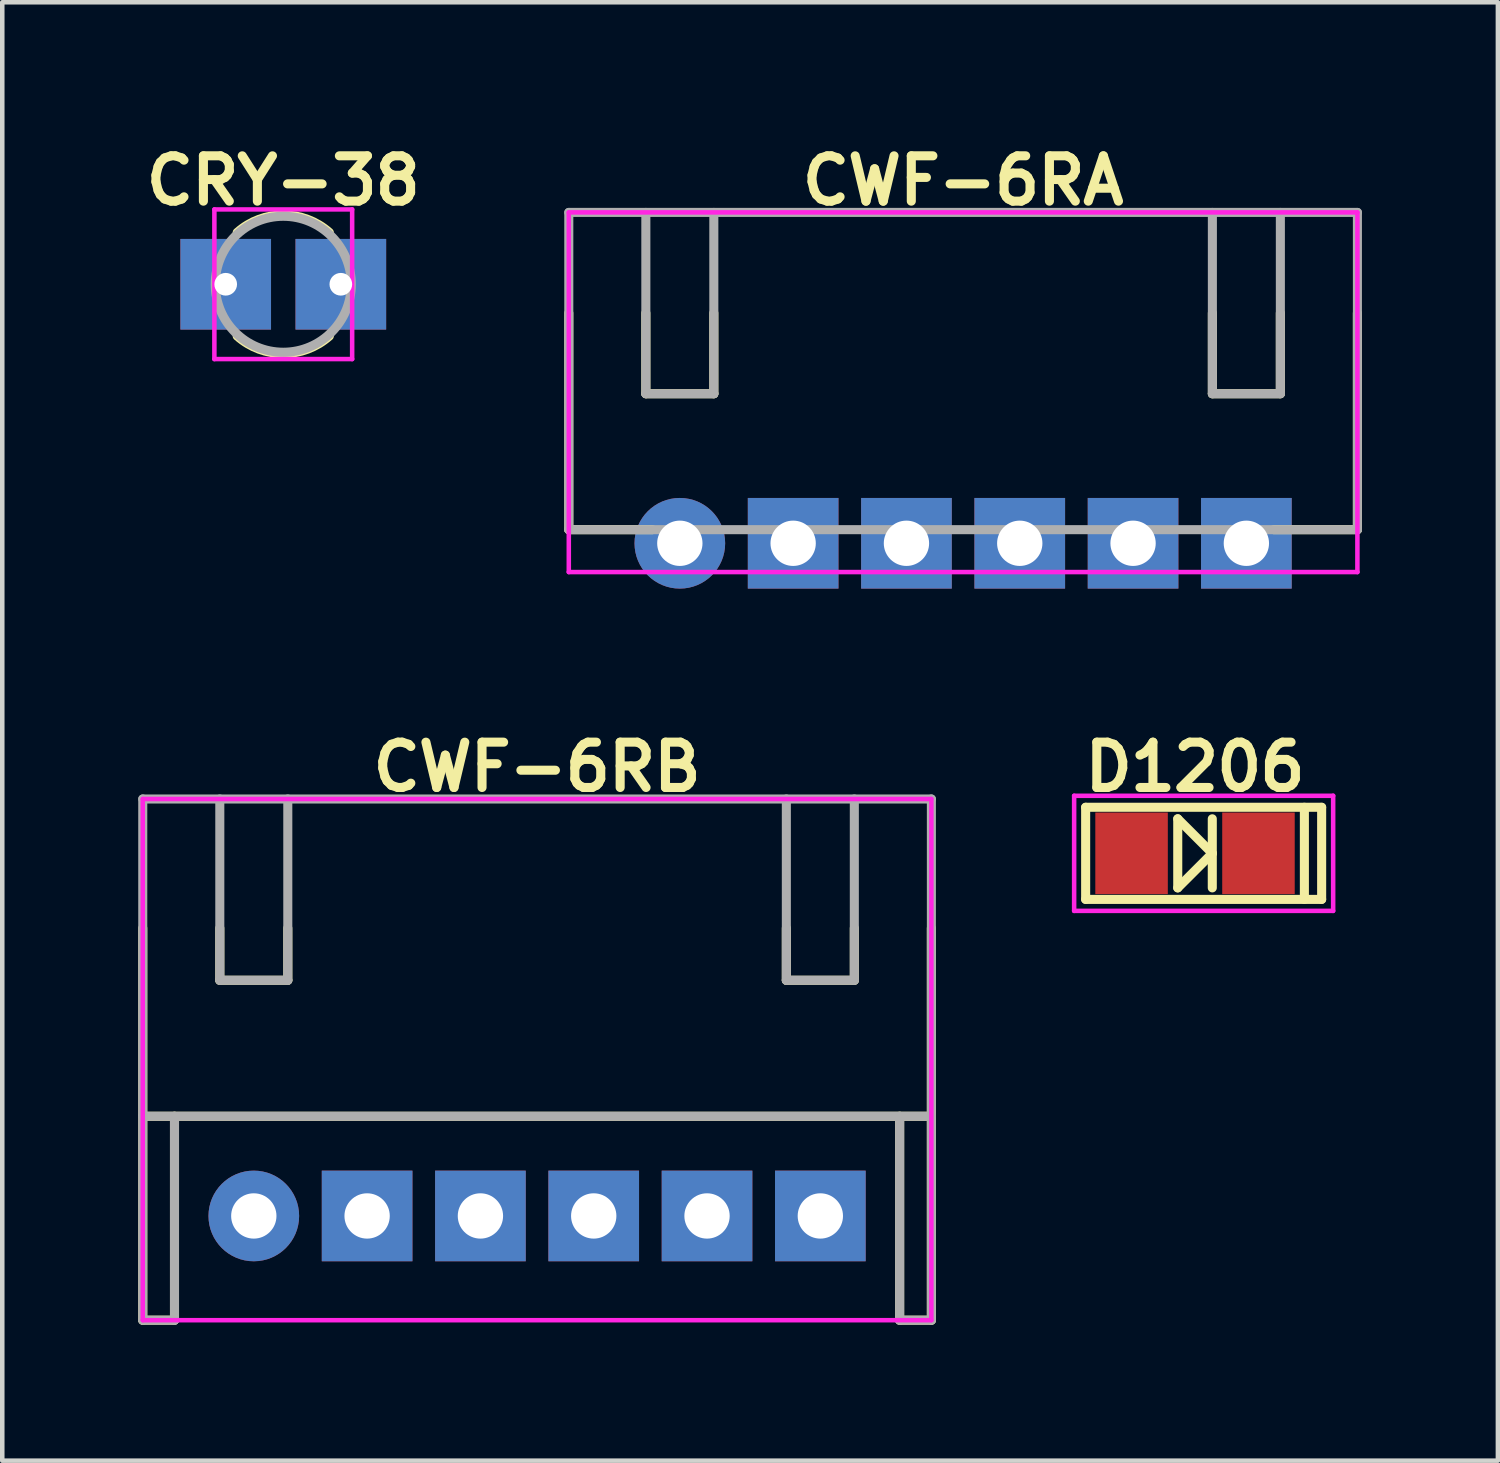
<source format=kicad_pcb>
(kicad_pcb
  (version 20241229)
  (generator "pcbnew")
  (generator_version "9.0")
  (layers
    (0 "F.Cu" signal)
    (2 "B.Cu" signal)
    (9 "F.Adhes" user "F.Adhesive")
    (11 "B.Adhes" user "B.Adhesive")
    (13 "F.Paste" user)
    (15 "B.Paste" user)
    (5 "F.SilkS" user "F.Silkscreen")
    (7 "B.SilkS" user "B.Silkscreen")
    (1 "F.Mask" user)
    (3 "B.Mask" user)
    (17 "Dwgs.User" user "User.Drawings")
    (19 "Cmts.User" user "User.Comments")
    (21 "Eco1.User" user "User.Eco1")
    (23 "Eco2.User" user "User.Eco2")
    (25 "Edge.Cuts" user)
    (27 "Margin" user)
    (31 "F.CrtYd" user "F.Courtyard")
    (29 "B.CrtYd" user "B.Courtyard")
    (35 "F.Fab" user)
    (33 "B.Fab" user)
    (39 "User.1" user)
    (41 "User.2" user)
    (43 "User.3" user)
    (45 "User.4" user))
  (footprint "CRY-38"
    (layer "F.Cu")
    (at 3.2 3.222)
    (property "Reference" "CRY-38" (at 0 -2.286 0) (layer "F.SilkS") (effects (font (size 1 1) (thickness 0.2))))
    (attr through_hole)
    (fp_arc (start -1.016 -1.143) (mid 0 -1.529283) (end 1.016 -1.143) (stroke (width 0.2) (type solid)) (layer "F.SilkS"))
    (fp_arc (start 1.016 1.143) (mid 0 1.529283) (end -1.016 1.143) (stroke (width 0.2) (type solid)) (layer "F.SilkS"))
    (fp_line (start -1.52 -1.651) (end -1.52 1.651) (stroke (width 0.1) (type solid)) (layer "F.CrtYd"))
    (fp_line (start -1.52 -1.651) (end 1.52 -1.651) (stroke (width 0.1) (type solid)) (layer "F.CrtYd"))
    (fp_line (start -1.52 1.651) (end 1.52 1.651) (stroke (width 0.1) (type solid)) (layer "F.CrtYd"))
    (fp_line (start 1.52 -1.651) (end 1.52 1.651) (stroke (width 0.1) (type solid)) (layer "F.CrtYd"))
    (fp_circle (center 0 0) (end 1.5 0) (stroke (width 0.2) (type solid)) (fill no) (layer "F.Fab"))
    (pad "1" thru_hole rect (at -1.27 0) (size 2 2) (drill 0.5) (layers "*.Cu" "*.Mask"))
    (pad "2" thru_hole rect (at 1.27 0) (size 2 2) (drill 0.5) (layers "*.Cu" "*.Mask")))
  (footprint "CWF-6RB"
    (layer "F.Cu")
    (at 8.8 23.779)
    (property "Reference" "CWF-6RB" (at 0 -9.906 0) (layer "F.SilkS") (effects (font (size 1 1) (thickness 0.2))))
    (attr through_hole)
    (fp_line (start -8.7 -6.35) (end -8.7 2.3) (stroke (width 0.2) (type solid)) (layer "F.SilkS"))
    (fp_line (start -8.7 -2.2) (end 8.7 -2.2) (stroke (width 0.2) (type solid)) (layer "F.SilkS"))
    (fp_line (start -8.7 2.3) (end -8 2.3) (stroke (width 0.2) (type solid)) (layer "F.SilkS"))
    (fp_line (start -8 -2.2) (end -8 2.3) (stroke (width 0.2) (type solid)) (layer "F.SilkS"))
    (fp_line (start -7 -6.35) (end -7 -5.2) (stroke (width 0.2) (type solid)) (layer "F.SilkS"))
    (fp_line (start -7 -5.2) (end -5.5 -5.2) (stroke (width 0.2) (type solid)) (layer "F.SilkS"))
    (fp_line (start -5.5 -6.35) (end -5.5 -5.2) (stroke (width 0.2) (type solid)) (layer "F.SilkS"))
    (fp_line (start 5.5 -6.35) (end 5.5 -5.2) (stroke (width 0.2) (type solid)) (layer "F.SilkS"))
    (fp_line (start 5.5 -5.2) (end 7 -5.2) (stroke (width 0.2) (type solid)) (layer "F.SilkS"))
    (fp_line (start 7 -6.35) (end 7 -5.2) (stroke (width 0.2) (type solid)) (layer "F.SilkS"))
    (fp_line (start 8 -2.2) (end 8 2.3) (stroke (width 0.2) (type solid)) (layer "F.SilkS"))
    (fp_line (start 8 2.3) (end 8.7 2.3) (stroke (width 0.2) (type solid)) (layer "F.SilkS"))
    (fp_line (start 8.7 -6.35) (end 8.7 2.3) (stroke (width 0.2) (type solid)) (layer "F.SilkS"))
    (fp_line (start -8.7 -9.2) (end -8.7 2.3) (stroke (width 0.1) (type solid)) (layer "F.CrtYd"))
    (fp_line (start -8.7 -9.2) (end 8.7 -9.2) (stroke (width 0.1) (type solid)) (layer "F.CrtYd"))
    (fp_line (start -8.7 2.3) (end 8.7 2.3) (stroke (width 0.1) (type solid)) (layer "F.CrtYd"))
    (fp_line (start 8.7 -9.2) (end 8.7 2.3) (stroke (width 0.1) (type solid)) (layer "F.CrtYd"))
    (fp_line (start -8.7 -9.2) (end -8.7 2.3) (stroke (width 0.2) (type solid)) (layer "F.Fab"))
    (fp_line (start -8.7 -9.2) (end 8.7 -9.2) (stroke (width 0.2) (type solid)) (layer "F.Fab"))
    (fp_line (start -8.7 -2.2) (end 8.7 -2.2) (stroke (width 0.2) (type solid)) (layer "F.Fab"))
    (fp_line (start -8.7 2.3) (end -8 2.3) (stroke (width 0.2) (type solid)) (layer "F.Fab"))
    (fp_line (start -8 -2.2) (end -8 2.3) (stroke (width 0.2) (type solid)) (layer "F.Fab"))
    (fp_line (start -7 -9.2) (end -7 -5.2) (stroke (width 0.2) (type solid)) (layer "F.Fab"))
    (fp_line (start -7 -5.2) (end -5.5 -5.2) (stroke (width 0.2) (type solid)) (layer "F.Fab"))
    (fp_line (start -5.5 -9.2) (end -5.5 -5.2) (stroke (width 0.2) (type solid)) (layer "F.Fab"))
    (fp_line (start 5.5 -9.2) (end 5.5 -5.2) (stroke (width 0.2) (type solid)) (layer "F.Fab"))
    (fp_line (start 5.5 -5.2) (end 7 -5.2) (stroke (width 0.2) (type solid)) (layer "F.Fab"))
    (fp_line (start 7 -9.2) (end 7 -5.2) (stroke (width 0.2) (type solid)) (layer "F.Fab"))
    (fp_line (start 8 -2.2) (end 8 2.3) (stroke (width 0.2) (type solid)) (layer "F.Fab"))
    (fp_line (start 8 2.3) (end 8.7 2.3) (stroke (width 0.2) (type solid)) (layer "F.Fab"))
    (fp_line (start 8.7 -9.2) (end 8.7 2.3) (stroke (width 0.2) (type solid)) (layer "F.Fab"))
    (pad "1" thru_hole circle (at -6.25 0) (size 2 2) (drill 1) (layers "B.Cu" "B.Mask"))
    (pad "2" thru_hole rect (at -3.75 0) (size 2 2) (drill 1) (layers "B.Cu" "B.Mask"))
    (pad "3" thru_hole rect (at -1.25 0) (size 2 2) (drill 1) (layers "B.Cu" "B.Mask"))
    (pad "4" thru_hole rect (at 1.25 0) (size 2 2) (drill 1) (layers "B.Cu" "B.Mask"))
    (pad "5" thru_hole rect (at 3.75 0) (size 2 2) (drill 1) (layers "B.Cu" "B.Mask"))
    (pad "6" thru_hole rect (at 6.25 0) (size 2 2) (drill 1) (layers "B.Cu" "B.Mask")))
  (footprint "D1206"
    (layer "F.Cu")
    (at 23.317 15.778)
    (property "Reference" "D1206" (at 0 -1.905 0) (layer "F.SilkS") (effects (font (size 1 1) (thickness 0.2))))
    (attr through_hole)
    (fp_line (start -2.413 -1.016) (end -2.413 1.016) (stroke (width 0.2) (type solid)) (layer "F.SilkS"))
    (fp_line (start -2.413 -1.016) (end 2.794 -1.016) (stroke (width 0.2) (type solid)) (layer "F.SilkS"))
    (fp_line (start -2.413 1.016) (end 2.794 1.016) (stroke (width 0.2) (type solid)) (layer "F.SilkS"))
    (fp_line (start -0.381 -0.762) (end -0.381 0.762) (stroke (width 0.2) (type solid)) (layer "F.SilkS"))
    (fp_line (start -0.381 -0.762) (end 0.381 0) (stroke (width 0.2) (type solid)) (layer "F.SilkS"))
    (fp_line (start -0.381 0.762) (end 0.381 0) (stroke (width 0.2) (type solid)) (layer "F.SilkS"))
    (fp_line (start 0.381 -0.762) (end 0.381 0.762) (stroke (width 0.2) (type solid)) (layer "F.SilkS"))
    (fp_line (start 2.413 -1.016) (end 2.413 1.016) (stroke (width 0.2) (type solid)) (layer "F.SilkS"))
    (fp_line (start 2.794 -1.016) (end 2.794 1.016) (stroke (width 0.2) (type solid)) (layer "F.SilkS"))
    (fp_line (start -2.667 -1.27) (end 3.048 -1.27) (stroke (width 0.1) (type solid)) (layer "F.CrtYd"))
    (fp_line (start -2.667 1.27) (end -2.667 -1.27) (stroke (width 0.1) (type solid)) (layer "F.CrtYd"))
    (fp_line (start 3.048 -1.27) (end 3.048 1.27) (stroke (width 0.1) (type solid)) (layer "F.CrtYd"))
    (fp_line (start 3.048 1.27) (end -2.667 1.27) (stroke (width 0.1) (type solid)) (layer "F.CrtYd"))
    (pad "A" smd rect (at -1.4 0) (size 1.6 1.8) (layers "F.Cu" "F.Mask" "F.Paste"))
    (pad "C" smd rect (at 1.4 0) (size 1.6 1.8) (layers "F.Cu" "F.Mask" "F.Paste")))
  (footprint "CWF-6RA"
    (layer "F.Cu")
    (at 18.2 8.937)
    (property "Reference" "CWF-6RA" (at 0 -8.001 0) (layer "F.SilkS") (effects (font (size 1 1) (thickness 0.2))))
    (attr through_hole)
    (fp_line (start -8.7 -5.08) (end -8.7 -0.3) (stroke (width 0.2) (type solid)) (layer "F.SilkS"))
    (fp_line (start -8.7 -0.3) (end -6.858 -0.3) (stroke (width 0.2) (type solid)) (layer "F.SilkS"))
    (fp_line (start -7 -5.08) (end -7 -3.3) (stroke (width 0.2) (type solid)) (layer "F.SilkS"))
    (fp_line (start -7 -3.3) (end -5.5 -3.3) (stroke (width 0.2) (type solid)) (layer "F.SilkS"))
    (fp_line (start -5.5 -5.08) (end -5.5 -3.3) (stroke (width 0.2) (type solid)) (layer "F.SilkS"))
    (fp_line (start 5.5 -5.08) (end 5.5 -3.3) (stroke (width 0.2) (type solid)) (layer "F.SilkS"))
    (fp_line (start 5.5 -3.3) (end 7 -3.3) (stroke (width 0.2) (type solid)) (layer "F.SilkS"))
    (fp_line (start 6.858 -0.3) (end 8.7 -0.3) (stroke (width 0.2) (type solid)) (layer "F.SilkS"))
    (fp_line (start 7 -5.08) (end 7 -3.3) (stroke (width 0.2) (type solid)) (layer "F.SilkS"))
    (fp_line (start 8.7 -5.08) (end 8.7 -0.3) (stroke (width 0.2) (type solid)) (layer "F.SilkS"))
    (fp_line (start -8.7 -7.3) (end -8.7 0.635) (stroke (width 0.1) (type solid)) (layer "F.CrtYd"))
    (fp_line (start -8.7 -7.3) (end 8.7 -7.3) (stroke (width 0.1) (type solid)) (layer "F.CrtYd"))
    (fp_line (start -8.7 0.635) (end 8.7 0.635) (stroke (width 0.1) (type solid)) (layer "F.CrtYd"))
    (fp_line (start 8.7 -7.3) (end 8.7 0.635) (stroke (width 0.1) (type solid)) (layer "F.CrtYd"))
    (fp_line (start -8.7 -7.3) (end -8.7 -0.3) (stroke (width 0.2) (type solid)) (layer "F.Fab"))
    (fp_line (start -8.7 -7.3) (end 8.7 -7.3) (stroke (width 0.2) (type solid)) (layer "F.Fab"))
    (fp_line (start -8.7 -0.3) (end 8.7 -0.3) (stroke (width 0.2) (type solid)) (layer "F.Fab"))
    (fp_line (start -7 -7.3) (end -7 -3.3) (stroke (width 0.2) (type solid)) (layer "F.Fab"))
    (fp_line (start -7 -3.3) (end -5.5 -3.3) (stroke (width 0.2) (type solid)) (layer "F.Fab"))
    (fp_line (start -5.5 -7.3) (end -5.5 -3.3) (stroke (width 0.2) (type solid)) (layer "F.Fab"))
    (fp_line (start 5.5 -7.3) (end 5.5 -3.3) (stroke (width 0.2) (type solid)) (layer "F.Fab"))
    (fp_line (start 5.5 -3.3) (end 7 -3.3) (stroke (width 0.2) (type solid)) (layer "F.Fab"))
    (fp_line (start 7 -7.3) (end 7 -3.3) (stroke (width 0.2) (type solid)) (layer "F.Fab"))
    (fp_line (start 8.7 -7.3) (end 8.7 -0.3) (stroke (width 0.2) (type solid)) (layer "F.Fab"))
    (pad "1" thru_hole circle (at -6.25 0) (size 2 2) (drill 1) (layers "B.Cu" "B.Mask"))
    (pad "2" thru_hole rect (at -3.75 0) (size 2 2) (drill 1) (layers "B.Cu" "B.Mask"))
    (pad "3" thru_hole rect (at -1.25 0) (size 2 2) (drill 1) (layers "B.Cu" "B.Mask"))
    (pad "4" thru_hole rect (at 1.25 0) (size 2 2) (drill 1) (layers "B.Cu" "B.Mask"))
    (pad "5" thru_hole rect (at 3.75 0) (size 2 2) (drill 1) (layers "B.Cu" "B.Mask"))
    (pad "6" thru_hole rect (at 6.25 0) (size 2 2) (drill 1) (layers "B.Cu" "B.Mask")))
  (gr_rect
    (start -3 -3)
    (end 30 29.179)
    (stroke (width 0.1) (type default))
    (fill no)
    (layer "Edge.Cuts")))
</source>
